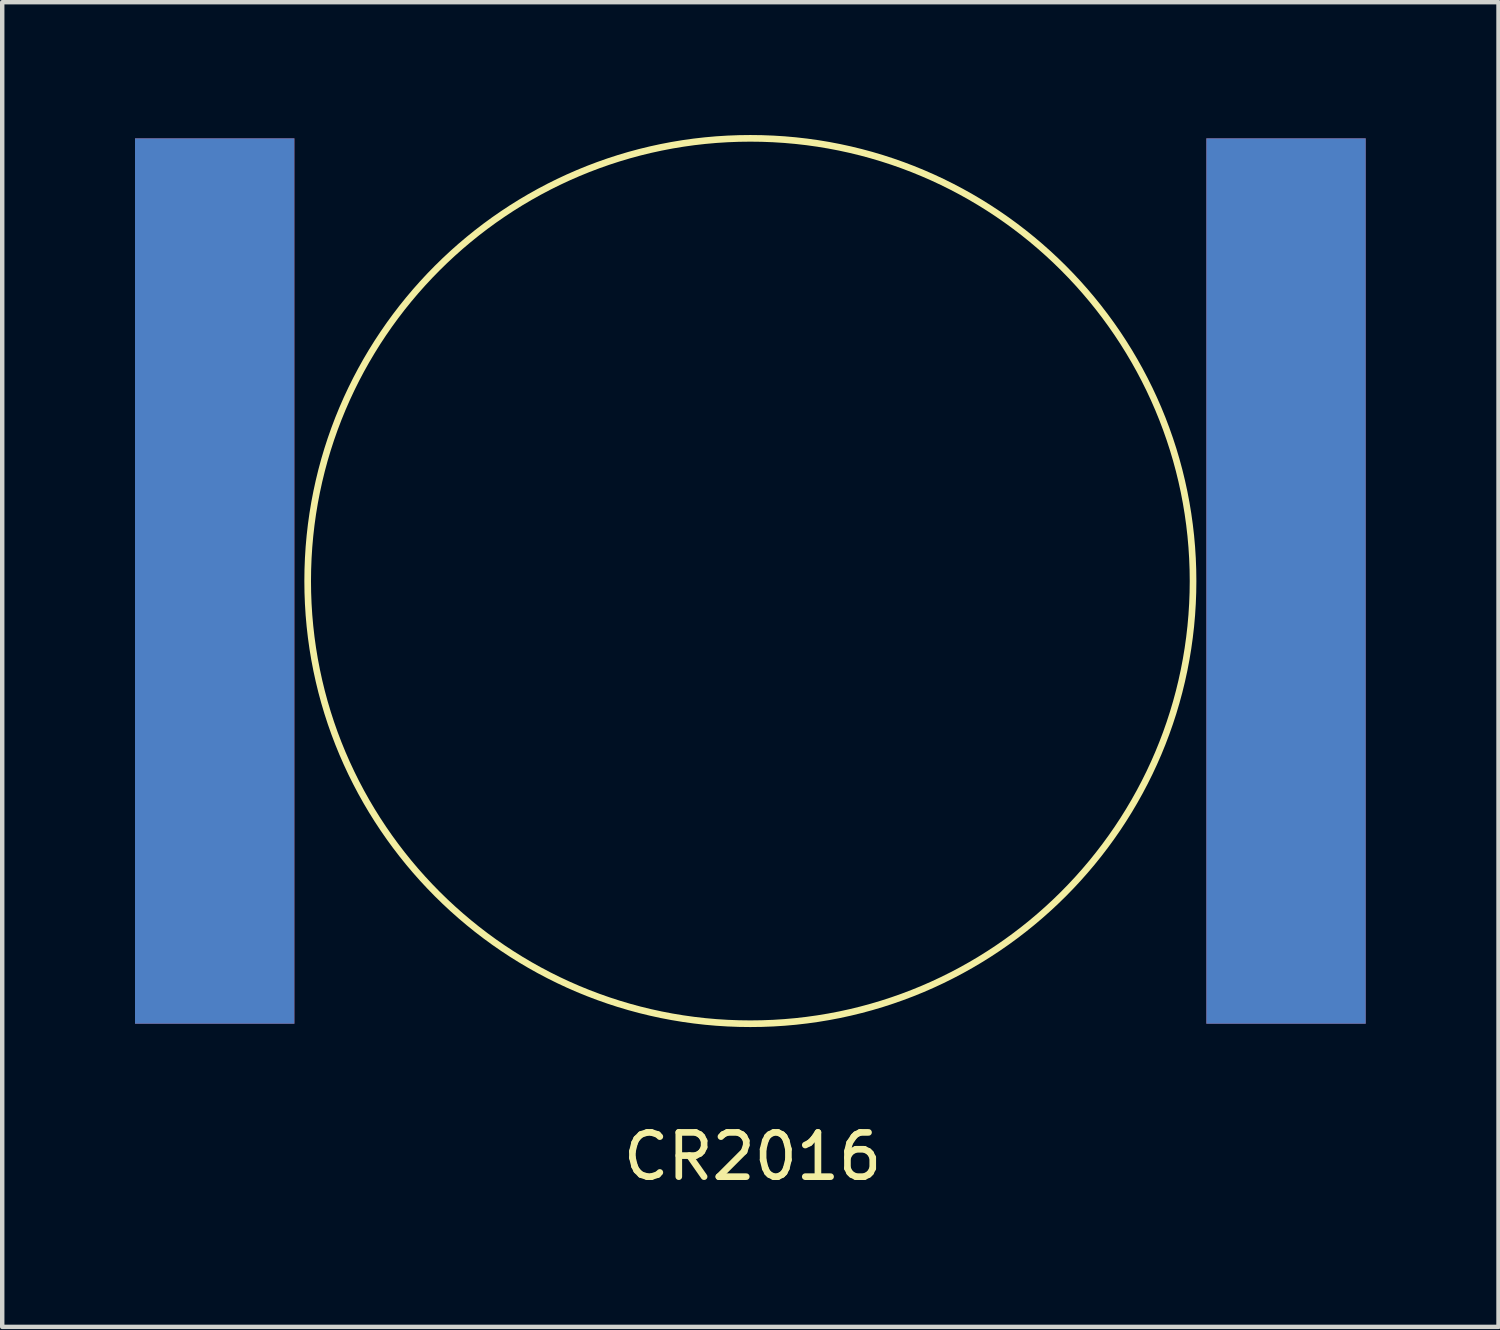
<source format=kicad_pcb>
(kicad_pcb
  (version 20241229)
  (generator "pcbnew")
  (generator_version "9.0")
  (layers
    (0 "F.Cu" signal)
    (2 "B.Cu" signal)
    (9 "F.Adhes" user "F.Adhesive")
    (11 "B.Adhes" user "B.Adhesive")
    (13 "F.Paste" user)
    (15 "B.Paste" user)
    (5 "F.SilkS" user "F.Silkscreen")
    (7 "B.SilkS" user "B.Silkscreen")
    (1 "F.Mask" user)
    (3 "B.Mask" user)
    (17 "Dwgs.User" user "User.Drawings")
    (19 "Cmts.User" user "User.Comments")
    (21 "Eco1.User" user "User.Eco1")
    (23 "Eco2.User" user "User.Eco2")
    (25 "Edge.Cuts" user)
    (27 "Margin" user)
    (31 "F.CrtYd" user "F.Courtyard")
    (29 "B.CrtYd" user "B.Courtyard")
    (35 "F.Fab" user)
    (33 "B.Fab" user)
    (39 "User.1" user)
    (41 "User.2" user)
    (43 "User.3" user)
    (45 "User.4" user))
  (footprint "CR2016"
    (layer "F.Cu")
    (at 13.9 10.075)
    (property "Reference" "CR2016" (at 0.05 13 0) (layer "F.SilkS") (effects (font (size 1 1) (thickness 0.15))))
    (attr through_hole)
    (fp_circle (center 0 0) (end 10 0) (stroke (width 0.15) (type solid)) (fill no) (layer "F.SilkS"))
    (pad "1" smd rect (at 12.1 0) (size 3.6 20) (layers "F.Cu" "F.Mask" "F.Paste"))
    (pad "2" smd rect (at -12.1 0) (size 3.6 20) (layers "F.Cu" "F.Mask" "F.Paste"))
    (pad "3" smd rect (at -12.1 0) (size 3.6 20) (layers "B.Cu" "B.Mask" "B.Paste"))
    (pad "4" smd rect (at 12.1 0) (size 3.6 20) (layers "B.Cu" "B.Mask" "B.Paste")))
  (gr_rect
    (start -3 -3)
    (end 30.8 26.923)
    (stroke (width 0.1) (type default))
    (fill no)
    (layer "Edge.Cuts")))
</source>
